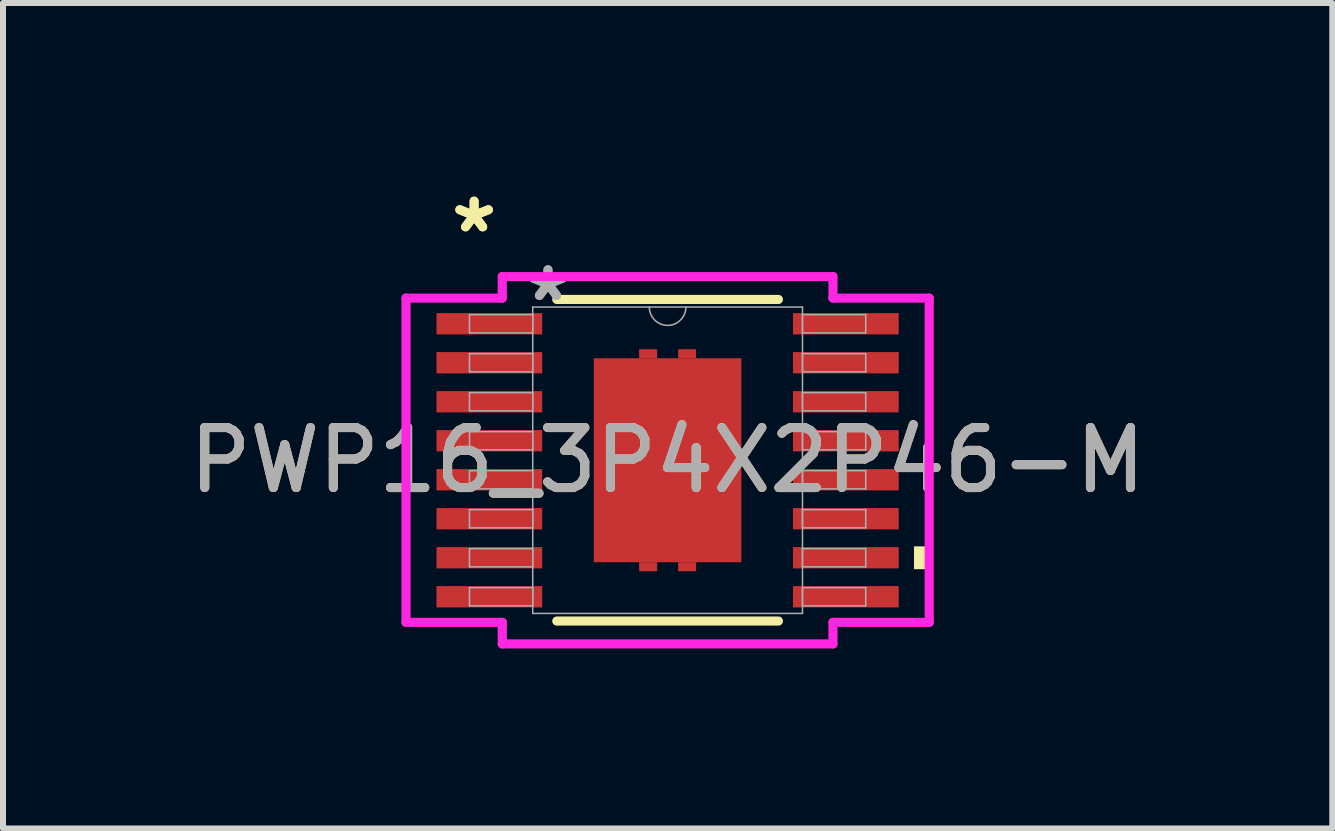
<source format=kicad_pcb>
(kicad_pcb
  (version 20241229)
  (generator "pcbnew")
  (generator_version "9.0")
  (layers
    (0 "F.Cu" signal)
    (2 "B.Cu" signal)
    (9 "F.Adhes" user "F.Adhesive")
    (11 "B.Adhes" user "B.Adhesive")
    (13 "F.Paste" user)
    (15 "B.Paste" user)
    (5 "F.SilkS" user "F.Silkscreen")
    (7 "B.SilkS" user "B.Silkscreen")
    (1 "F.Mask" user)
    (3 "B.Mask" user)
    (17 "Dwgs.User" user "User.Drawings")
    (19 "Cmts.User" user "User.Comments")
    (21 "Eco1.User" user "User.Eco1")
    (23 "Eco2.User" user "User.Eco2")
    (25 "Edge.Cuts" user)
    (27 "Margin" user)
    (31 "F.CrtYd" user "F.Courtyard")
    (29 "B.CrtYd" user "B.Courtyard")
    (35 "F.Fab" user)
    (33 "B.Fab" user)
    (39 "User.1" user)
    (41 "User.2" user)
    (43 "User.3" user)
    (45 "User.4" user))
  (footprint "PWP16_3P4X2P46-M"
    (layer "F.Cu")
    (at 8.077 4.621)
    (property "Reference" "PWP16_3P4X2P46-M" (at 0 0 0) (unlocked yes) (layer "F.SilkS") (effects (font (size 1 1) (thickness 0.15))))
    (attr smd)
    (fp_poly (pts (xy -0.175 -1.7) (xy -0.175 -1.85) (xy -0.475 -1.85) (xy -0.475 -1.7)) (stroke (width 0) (type solid)) (fill yes) (layer "F.Cu"))
    (fp_poly (pts (xy -0.175 1.7) (xy -0.175 1.85) (xy -0.475 1.85) (xy -0.475 1.7)) (stroke (width 0) (type solid)) (fill yes) (layer "F.Cu"))
    (fp_poly (pts (xy 0.175 -1.7) (xy 0.175 -1.85) (xy 0.475 -1.85) (xy 0.475 -1.7)) (stroke (width 0) (type solid)) (fill yes) (layer "F.Cu"))
    (fp_poly (pts (xy 0.175 1.7) (xy 0.175 1.85) (xy 0.475 1.85) (xy 0.475 1.7)) (stroke (width 0) (type solid)) (fill yes) (layer "F.Cu"))
    (fp_poly (pts (xy -0.175 -1.7) (xy -0.175 -1.85) (xy -0.475 -1.85) (xy -0.475 -1.7)) (stroke (width 0) (type solid)) (fill yes) (layer "F.Mask"))
    (fp_poly (pts (xy -0.175 1.7) (xy -0.175 1.85) (xy -0.475 1.85) (xy -0.475 1.7)) (stroke (width 0) (type solid)) (fill yes) (layer "F.Mask"))
    (fp_poly (pts (xy 0.175 -1.7) (xy 0.175 -1.85) (xy 0.475 -1.85) (xy 0.475 -1.7)) (stroke (width 0) (type solid)) (fill yes) (layer "F.Mask"))
    (fp_poly (pts (xy 0.175 1.7) (xy 0.175 1.85) (xy 0.475 1.85) (xy 0.475 1.7)) (stroke (width 0) (type solid)) (fill yes) (layer "F.Mask"))
    (fp_line (start -1.847 2.68) (end 1.847 2.68) (stroke (width 0.152) (type solid)) (layer "F.SilkS"))
    (fp_line (start 1.847 -2.68) (end -1.847 -2.68) (stroke (width 0.152) (type solid)) (layer "F.SilkS"))
    (fp_poly (pts (xy 4.36 1.435) (xy 4.36 1.816) (xy 4.106 1.816) (xy 4.106 1.435)) (stroke (width 0) (type solid)) (fill yes) (layer "F.SilkS"))
    (fp_poly (pts (xy -1.13 -1.6) (xy -1.13 -0.1) (xy 1.13 -0.1) (xy 1.13 -1.6)) (stroke (width 0) (type solid)) (fill yes) (layer "F.Paste"))
    (fp_poly (pts (xy -1.13 0.1) (xy -1.13 1.6) (xy 1.13 1.6) (xy 1.13 0.1)) (stroke (width 0) (type solid)) (fill yes) (layer "F.Paste"))
    (fp_line (start -4.36 -2.702) (end -2.756 -2.702) (stroke (width 0.152) (type solid)) (layer "F.CrtYd"))
    (fp_line (start -4.36 2.702) (end -4.36 -2.702) (stroke (width 0.152) (type solid)) (layer "F.CrtYd"))
    (fp_line (start -4.36 2.702) (end -2.756 2.702) (stroke (width 0.152) (type solid)) (layer "F.CrtYd"))
    (fp_line (start -2.756 -3.061) (end 2.756 -3.061) (stroke (width 0.152) (type solid)) (layer "F.CrtYd"))
    (fp_line (start -2.756 -2.702) (end -2.756 -3.061) (stroke (width 0.152) (type solid)) (layer "F.CrtYd"))
    (fp_line (start -2.756 3.061) (end -2.756 2.702) (stroke (width 0.152) (type solid)) (layer "F.CrtYd"))
    (fp_line (start 2.756 -3.061) (end 2.756 -2.702) (stroke (width 0.152) (type solid)) (layer "F.CrtYd"))
    (fp_line (start 2.756 2.702) (end 2.756 3.061) (stroke (width 0.152) (type solid)) (layer "F.CrtYd"))
    (fp_line (start 2.756 3.061) (end -2.756 3.061) (stroke (width 0.152) (type solid)) (layer "F.CrtYd"))
    (fp_line (start 4.36 -2.702) (end 2.756 -2.702) (stroke (width 0.152) (type solid)) (layer "F.CrtYd"))
    (fp_line (start 4.36 -2.702) (end 4.36 2.702) (stroke (width 0.152) (type solid)) (layer "F.CrtYd"))
    (fp_line (start 4.36 2.702) (end 2.756 2.702) (stroke (width 0.152) (type solid)) (layer "F.CrtYd"))
    (fp_line (start -3.302 -2.427) (end -3.302 -2.123) (stroke (width 0.025) (type solid)) (layer "F.Fab"))
    (fp_line (start -3.302 -2.123) (end -2.248 -2.123) (stroke (width 0.025) (type solid)) (layer "F.Fab"))
    (fp_line (start -3.302 -1.777) (end -3.302 -1.473) (stroke (width 0.025) (type solid)) (layer "F.Fab"))
    (fp_line (start -3.302 -1.473) (end -2.248 -1.473) (stroke (width 0.025) (type solid)) (layer "F.Fab"))
    (fp_line (start -3.302 -1.127) (end -3.302 -0.823) (stroke (width 0.025) (type solid)) (layer "F.Fab"))
    (fp_line (start -3.302 -0.823) (end -2.248 -0.823) (stroke (width 0.025) (type solid)) (layer "F.Fab"))
    (fp_line (start -3.302 -0.477) (end -3.302 -0.173) (stroke (width 0.025) (type solid)) (layer "F.Fab"))
    (fp_line (start -3.302 -0.173) (end -2.248 -0.173) (stroke (width 0.025) (type solid)) (layer "F.Fab"))
    (fp_line (start -3.302 0.173) (end -3.302 0.477) (stroke (width 0.025) (type solid)) (layer "F.Fab"))
    (fp_line (start -3.302 0.477) (end -2.248 0.477) (stroke (width 0.025) (type solid)) (layer "F.Fab"))
    (fp_line (start -3.302 0.823) (end -3.302 1.127) (stroke (width 0.025) (type solid)) (layer "F.Fab"))
    (fp_line (start -3.302 1.127) (end -2.248 1.127) (stroke (width 0.025) (type solid)) (layer "F.Fab"))
    (fp_line (start -3.302 1.473) (end -3.302 1.777) (stroke (width 0.025) (type solid)) (layer "F.Fab"))
    (fp_line (start -3.302 1.777) (end -2.248 1.777) (stroke (width 0.025) (type solid)) (layer "F.Fab"))
    (fp_line (start -3.302 2.123) (end -3.302 2.427) (stroke (width 0.025) (type solid)) (layer "F.Fab"))
    (fp_line (start -3.302 2.427) (end -2.248 2.427) (stroke (width 0.025) (type solid)) (layer "F.Fab"))
    (fp_line (start -2.248 -2.553) (end -2.248 2.553) (stroke (width 0.025) (type solid)) (layer "F.Fab"))
    (fp_line (start -2.248 -2.427) (end -3.302 -2.427) (stroke (width 0.025) (type solid)) (layer "F.Fab"))
    (fp_line (start -2.248 -2.123) (end -2.248 -2.427) (stroke (width 0.025) (type solid)) (layer "F.Fab"))
    (fp_line (start -2.248 -1.777) (end -3.302 -1.777) (stroke (width 0.025) (type solid)) (layer "F.Fab"))
    (fp_line (start -2.248 -1.473) (end -2.248 -1.777) (stroke (width 0.025) (type solid)) (layer "F.Fab"))
    (fp_line (start -2.248 -1.127) (end -3.302 -1.127) (stroke (width 0.025) (type solid)) (layer "F.Fab"))
    (fp_line (start -2.248 -0.823) (end -2.248 -1.127) (stroke (width 0.025) (type solid)) (layer "F.Fab"))
    (fp_line (start -2.248 -0.477) (end -3.302 -0.477) (stroke (width 0.025) (type solid)) (layer "F.Fab"))
    (fp_line (start -2.248 -0.173) (end -2.248 -0.477) (stroke (width 0.025) (type solid)) (layer "F.Fab"))
    (fp_line (start -2.248 0.173) (end -3.302 0.173) (stroke (width 0.025) (type solid)) (layer "F.Fab"))
    (fp_line (start -2.248 0.477) (end -2.248 0.173) (stroke (width 0.025) (type solid)) (layer "F.Fab"))
    (fp_line (start -2.248 0.823) (end -3.302 0.823) (stroke (width 0.025) (type solid)) (layer "F.Fab"))
    (fp_line (start -2.248 1.127) (end -2.248 0.823) (stroke (width 0.025) (type solid)) (layer "F.Fab"))
    (fp_line (start -2.248 1.473) (end -3.302 1.473) (stroke (width 0.025) (type solid)) (layer "F.Fab"))
    (fp_line (start -2.248 1.777) (end -2.248 1.473) (stroke (width 0.025) (type solid)) (layer "F.Fab"))
    (fp_line (start -2.248 2.123) (end -3.302 2.123) (stroke (width 0.025) (type solid)) (layer "F.Fab"))
    (fp_line (start -2.248 2.427) (end -2.248 2.123) (stroke (width 0.025) (type solid)) (layer "F.Fab"))
    (fp_line (start -2.248 2.553) (end 2.248 2.553) (stroke (width 0.025) (type solid)) (layer "F.Fab"))
    (fp_line (start 2.248 -2.553) (end -2.248 -2.553) (stroke (width 0.025) (type solid)) (layer "F.Fab"))
    (fp_line (start 2.248 -2.427) (end 2.248 -2.123) (stroke (width 0.025) (type solid)) (layer "F.Fab"))
    (fp_line (start 2.248 -2.123) (end 3.302 -2.123) (stroke (width 0.025) (type solid)) (layer "F.Fab"))
    (fp_line (start 2.248 -1.777) (end 2.248 -1.473) (stroke (width 0.025) (type solid)) (layer "F.Fab"))
    (fp_line (start 2.248 -1.473) (end 3.302 -1.473) (stroke (width 0.025) (type solid)) (layer "F.Fab"))
    (fp_line (start 2.248 -1.127) (end 2.248 -0.823) (stroke (width 0.025) (type solid)) (layer "F.Fab"))
    (fp_line (start 2.248 -0.823) (end 3.302 -0.823) (stroke (width 0.025) (type solid)) (layer "F.Fab"))
    (fp_line (start 2.248 -0.477) (end 2.248 -0.173) (stroke (width 0.025) (type solid)) (layer "F.Fab"))
    (fp_line (start 2.248 -0.173) (end 3.302 -0.173) (stroke (width 0.025) (type solid)) (layer "F.Fab"))
    (fp_line (start 2.248 0.173) (end 2.248 0.477) (stroke (width 0.025) (type solid)) (layer "F.Fab"))
    (fp_line (start 2.248 0.477) (end 3.302 0.477) (stroke (width 0.025) (type solid)) (layer "F.Fab"))
    (fp_line (start 2.248 0.823) (end 2.248 1.127) (stroke (width 0.025) (type solid)) (layer "F.Fab"))
    (fp_line (start 2.248 1.127) (end 3.302 1.127) (stroke (width 0.025) (type solid)) (layer "F.Fab"))
    (fp_line (start 2.248 1.473) (end 2.248 1.777) (stroke (width 0.025) (type solid)) (layer "F.Fab"))
    (fp_line (start 2.248 1.777) (end 3.302 1.777) (stroke (width 0.025) (type solid)) (layer "F.Fab"))
    (fp_line (start 2.248 2.123) (end 2.248 2.427) (stroke (width 0.025) (type solid)) (layer "F.Fab"))
    (fp_line (start 2.248 2.427) (end 3.302 2.427) (stroke (width 0.025) (type solid)) (layer "F.Fab"))
    (fp_line (start 2.248 2.553) (end 2.248 -2.553) (stroke (width 0.025) (type solid)) (layer "F.Fab"))
    (fp_line (start 3.302 -2.427) (end 2.248 -2.427) (stroke (width 0.025) (type solid)) (layer "F.Fab"))
    (fp_line (start 3.302 -2.123) (end 3.302 -2.427) (stroke (width 0.025) (type solid)) (layer "F.Fab"))
    (fp_line (start 3.302 -1.777) (end 2.248 -1.777) (stroke (width 0.025) (type solid)) (layer "F.Fab"))
    (fp_line (start 3.302 -1.473) (end 3.302 -1.777) (stroke (width 0.025) (type solid)) (layer "F.Fab"))
    (fp_line (start 3.302 -1.127) (end 2.248 -1.127) (stroke (width 0.025) (type solid)) (layer "F.Fab"))
    (fp_line (start 3.302 -0.823) (end 3.302 -1.127) (stroke (width 0.025) (type solid)) (layer "F.Fab"))
    (fp_line (start 3.302 -0.477) (end 2.248 -0.477) (stroke (width 0.025) (type solid)) (layer "F.Fab"))
    (fp_line (start 3.302 -0.173) (end 3.302 -0.477) (stroke (width 0.025) (type solid)) (layer "F.Fab"))
    (fp_line (start 3.302 0.173) (end 2.248 0.173) (stroke (width 0.025) (type solid)) (layer "F.Fab"))
    (fp_line (start 3.302 0.477) (end 3.302 0.173) (stroke (width 0.025) (type solid)) (layer "F.Fab"))
    (fp_line (start 3.302 0.823) (end 2.248 0.823) (stroke (width 0.025) (type solid)) (layer "F.Fab"))
    (fp_line (start 3.302 1.127) (end 3.302 0.823) (stroke (width 0.025) (type solid)) (layer "F.Fab"))
    (fp_line (start 3.302 1.473) (end 2.248 1.473) (stroke (width 0.025) (type solid)) (layer "F.Fab"))
    (fp_line (start 3.302 1.777) (end 3.302 1.473) (stroke (width 0.025) (type solid)) (layer "F.Fab"))
    (fp_line (start 3.302 2.123) (end 2.248 2.123) (stroke (width 0.025) (type solid)) (layer "F.Fab"))
    (fp_line (start 3.302 2.427) (end 3.302 2.123) (stroke (width 0.025) (type solid)) (layer "F.Fab"))
    (fp_arc (start 0.3048 -2.5527) (mid 0 -2.2479) (end -0.3048 -2.5527) (stroke (width 0.0254) (type solid)) (layer "F.Fab"))
    (fp_text user "*" (at -3.225 -3.773 0) (layer "F.SilkS") (effects (font (size 1 1) (thickness 0.15))))
    (fp_text user "*" (at -3.225 -3.773 0) (unlocked yes) (layer "F.SilkS") (effects (font (size 1 1) (thickness 0.15))))
    (fp_text user "*" (at -1.994 -2.63 0) (unlocked yes) (layer "F.Fab") (effects (font (size 1 1) (thickness 0.15))))
    (fp_text user "*" (at -1.994 -2.63 0) (layer "F.Fab") (effects (font (size 1 1) (thickness 0.15))))
    (fp_text user "${REFERENCE}" (at 0 0 0) (unlocked yes) (layer "F.Fab") (effects (font (size 1 1) (thickness 0.15))))
    (pad "1" smd rect (at -2.971 -2.275) (size 1.762 0.355) (layers "F.Cu" "F.Mask" "F.Paste"))
    (pad "2" smd rect (at -2.971 -1.625) (size 1.762 0.355) (layers "F.Cu" "F.Mask" "F.Paste"))
    (pad "3" smd rect (at -2.971 -0.975) (size 1.762 0.355) (layers "F.Cu" "F.Mask" "F.Paste"))
    (pad "4" smd rect (at -2.971 -0.325) (size 1.762 0.355) (layers "F.Cu" "F.Mask" "F.Paste"))
    (pad "5" smd rect (at -2.971 0.325) (size 1.762 0.355) (layers "F.Cu" "F.Mask" "F.Paste"))
    (pad "6" smd rect (at -2.971 0.975) (size 1.762 0.355) (layers "F.Cu" "F.Mask" "F.Paste"))
    (pad "7" smd rect (at -2.971 1.625) (size 1.762 0.355) (layers "F.Cu" "F.Mask" "F.Paste"))
    (pad "8" smd rect (at -2.971 2.275) (size 1.762 0.355) (layers "F.Cu" "F.Mask" "F.Paste"))
    (pad "9" smd rect (at 2.971 2.275) (size 1.762 0.355) (layers "F.Cu" "F.Mask" "F.Paste"))
    (pad "10" smd rect (at 2.971 1.625) (size 1.762 0.355) (layers "F.Cu" "F.Mask" "F.Paste"))
    (pad "11" smd rect (at 2.971 0.975) (size 1.762 0.355) (layers "F.Cu" "F.Mask" "F.Paste"))
    (pad "12" smd rect (at 2.971 0.325) (size 1.762 0.355) (layers "F.Cu" "F.Mask" "F.Paste"))
    (pad "13" smd rect (at 2.971 -0.325) (size 1.762 0.355) (layers "F.Cu" "F.Mask" "F.Paste"))
    (pad "14" smd rect (at 2.971 -0.975) (size 1.762 0.355) (layers "F.Cu" "F.Mask" "F.Paste"))
    (pad "15" smd rect (at 2.971 -1.625) (size 1.762 0.355) (layers "F.Cu" "F.Mask" "F.Paste"))
    (pad "16" smd rect (at 2.971 -2.275) (size 1.762 0.355) (layers "F.Cu" "F.Mask" "F.Paste"))
    (pad "17" smd rect (at 0 0) (size 2.46 3.4) (layers "F.Cu" "F.Mask" "F.Paste")))
  (gr_rect
    (start -3 -3)
    (end 19.155 10.758)
    (stroke (width 0.1) (type default))
    (fill no)
    (layer "Edge.Cuts")))
</source>
